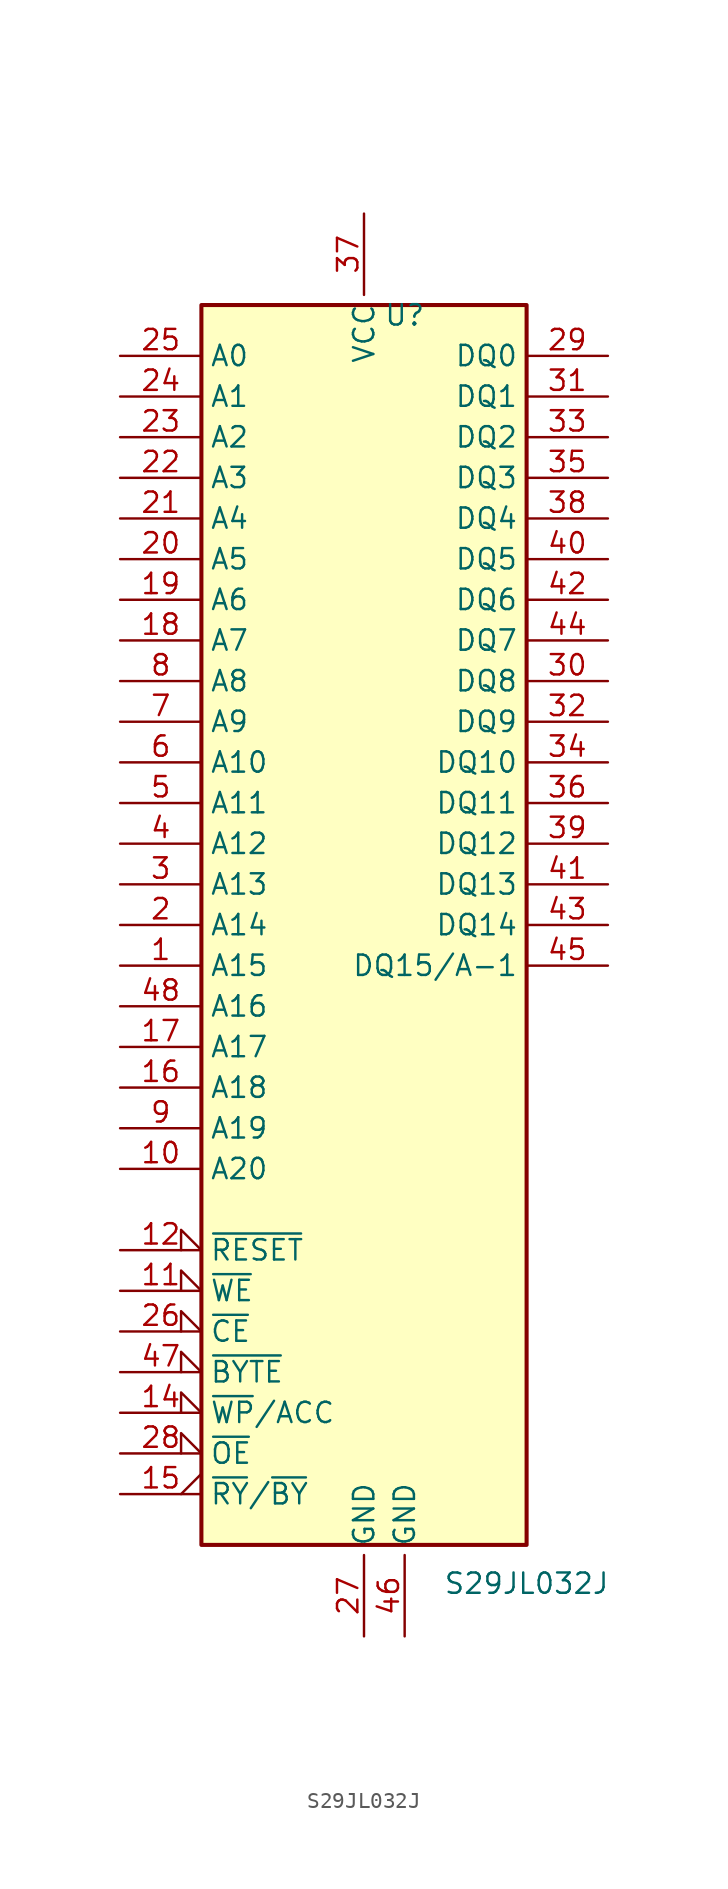
<source format=kicad_sym>
(kicad_symbol_lib
  (version 20231120)
  (generator "kicad_symbol_editor")
  (generator_version "8.0")
  (symbol "S29JL032J"
    (property "Reference" "U"
      (at 2.54 33.02 0)
      (effects (font (size 1.27 1.27))))
    (property "Value" "S29JL032J"
      (at 10.16 -46.228 0)
      (effects (font (size 1.27 1.27))))
    (symbol "S29JL032J_0_1"
      (rectangle (start -10.16 33.655) (end 10.16 -43.815) (stroke (width 0.254) (type default)) (fill (type background))))
    (symbol "S29JL032J_1_0"
      (pin power_in line (at 0 -49.53 90) (length 5.08) (name "GND" (effects (font (size 1.27 1.27)))) (number "27" (effects (font (size 1.27 1.27)))))
      (pin power_in line (at 0 39.37 270) (length 5.08) (name "VCC" (effects (font (size 1.27 1.27)))) (number "37" (effects (font (size 1.27 1.27)))))
      (pin power_in line (at 2.54 -49.53 90) (length 5.08) (name "GND" (effects (font (size 1.27 1.27)))) (number "46" (effects (font (size 1.27 1.27))))))
    (symbol "S29JL032J_1_1"
      (pin input line (at -15.24 -7.62 0) (length 5.08) (name "A15" (effects (font (size 1.27 1.27)))) (number "1" (effects (font (size 1.27 1.27)))))
      (pin input line (at -15.24 -20.32 0) (length 5.08) (name "A20" (effects (font (size 1.27 1.27)))) (number "10" (effects (font (size 1.27 1.27)))))
      (pin input input_low (at -15.24 -27.94 0) (length 5.08) (name "~{WE}" (effects (font (size 1.27 1.27)))) (number "11" (effects (font (size 1.27 1.27)))))
      (pin input input_low (at -15.24 -25.4 0) (length 5.08) (name "~{RESET}" (effects (font (size 1.27 1.27)))) (number "12" (effects (font (size 1.27 1.27)))))
      (pin no_connect line (at 15.24 -15.24 180) (length 5.08) hide (name "NC" (effects (font (size 1.27 1.27)))) (number "13" (effects (font (size 1.27 1.27)))))
      (pin input input_low (at -15.24 -35.56 0) (length 5.08) (name "~{WP}/ACC" (effects (font (size 1.27 1.27)))) (number "14" (effects (font (size 1.27 1.27)))))
      (pin input output_low (at -15.24 -40.64 0) (length 5.08) (name "~{RY}/~{BY}" (effects (font (size 1.27 1.27)))) (number "15" (effects (font (size 1.27 1.27)))))
      (pin input line (at -15.24 -15.24 0) (length 5.08) (name "A18" (effects (font (size 1.27 1.27)))) (number "16" (effects (font (size 1.27 1.27)))))
      (pin input line (at -15.24 -12.7 0) (length 5.08) (name "A17" (effects (font (size 1.27 1.27)))) (number "17" (effects (font (size 1.27 1.27)))))
      (pin input line (at -15.24 12.7 0) (length 5.08) (name "A7" (effects (font (size 1.27 1.27)))) (number "18" (effects (font (size 1.27 1.27)))))
      (pin input line (at -15.24 15.24 0) (length 5.08) (name "A6" (effects (font (size 1.27 1.27)))) (number "19" (effects (font (size 1.27 1.27)))))
      (pin input line (at -15.24 -5.08 0) (length 5.08) (name "A14" (effects (font (size 1.27 1.27)))) (number "2" (effects (font (size 1.27 1.27)))))
      (pin input line (at -15.24 17.78 0) (length 5.08) (name "A5" (effects (font (size 1.27 1.27)))) (number "20" (effects (font (size 1.27 1.27)))))
      (pin input line (at -15.24 20.32 0) (length 5.08) (name "A4" (effects (font (size 1.27 1.27)))) (number "21" (effects (font (size 1.27 1.27)))))
      (pin input line (at -15.24 22.86 0) (length 5.08) (name "A3" (effects (font (size 1.27 1.27)))) (number "22" (effects (font (size 1.27 1.27)))))
      (pin input line (at -15.24 25.4 0) (length 5.08) (name "A2" (effects (font (size 1.27 1.27)))) (number "23" (effects (font (size 1.27 1.27)))))
      (pin input line (at -15.24 27.94 0) (length 5.08) (name "A1" (effects (font (size 1.27 1.27)))) (number "24" (effects (font (size 1.27 1.27)))))
      (pin input line (at -15.24 30.48 0) (length 5.08) (name "A0" (effects (font (size 1.27 1.27)))) (number "25" (effects (font (size 1.27 1.27)))))
      (pin input input_low (at -15.24 -30.48 0) (length 5.08) (name "~{CE}" (effects (font (size 1.27 1.27)))) (number "26" (effects (font (size 1.27 1.27)))))
      (pin input input_low (at -15.24 -38.1 0) (length 5.08) (name "~{OE}" (effects (font (size 1.27 1.27)))) (number "28" (effects (font (size 1.27 1.27)))))
      (pin tri_state line (at 15.24 30.48 180) (length 5.08) (name "DQ0" (effects (font (size 1.27 1.27)))) (number "29" (effects (font (size 1.27 1.27)))))
      (pin input line (at -15.24 -2.54 0) (length 5.08) (name "A13" (effects (font (size 1.27 1.27)))) (number "3" (effects (font (size 1.27 1.27)))))
      (pin tri_state line (at 15.24 10.16 180) (length 5.08) (name "DQ8" (effects (font (size 1.27 1.27)))) (number "30" (effects (font (size 1.27 1.27)))))
      (pin tri_state line (at 15.24 27.94 180) (length 5.08) (name "DQ1" (effects (font (size 1.27 1.27)))) (number "31" (effects (font (size 1.27 1.27)))))
      (pin tri_state line (at 15.24 7.62 180) (length 5.08) (name "DQ9" (effects (font (size 1.27 1.27)))) (number "32" (effects (font (size 1.27 1.27)))))
      (pin tri_state line (at 15.24 25.4 180) (length 5.08) (name "DQ2" (effects (font (size 1.27 1.27)))) (number "33" (effects (font (size 1.27 1.27)))))
      (pin tri_state line (at 15.24 5.08 180) (length 5.08) (name "DQ10" (effects (font (size 1.27 1.27)))) (number "34" (effects (font (size 1.27 1.27)))))
      (pin tri_state line (at 15.24 22.86 180) (length 5.08) (name "DQ3" (effects (font (size 1.27 1.27)))) (number "35" (effects (font (size 1.27 1.27)))))
      (pin tri_state line (at 15.24 2.54 180) (length 5.08) (name "DQ11" (effects (font (size 1.27 1.27)))) (number "36" (effects (font (size 1.27 1.27)))))
      (pin tri_state line (at 15.24 20.32 180) (length 5.08) (name "DQ4" (effects (font (size 1.27 1.27)))) (number "38" (effects (font (size 1.27 1.27)))))
      (pin tri_state line (at 15.24 0 180) (length 5.08) (name "DQ12" (effects (font (size 1.27 1.27)))) (number "39" (effects (font (size 1.27 1.27)))))
      (pin input line (at -15.24 0 0) (length 5.08) (name "A12" (effects (font (size 1.27 1.27)))) (number "4" (effects (font (size 1.27 1.27)))))
      (pin tri_state line (at 15.24 17.78 180) (length 5.08) (name "DQ5" (effects (font (size 1.27 1.27)))) (number "40" (effects (font (size 1.27 1.27)))))
      (pin tri_state line (at 15.24 -2.54 180) (length 5.08) (name "DQ13" (effects (font (size 1.27 1.27)))) (number "41" (effects (font (size 1.27 1.27)))))
      (pin tri_state line (at 15.24 15.24 180) (length 5.08) (name "DQ6" (effects (font (size 1.27 1.27)))) (number "42" (effects (font (size 1.27 1.27)))))
      (pin tri_state line (at 15.24 -5.08 180) (length 5.08) (name "DQ14" (effects (font (size 1.27 1.27)))) (number "43" (effects (font (size 1.27 1.27)))))
      (pin tri_state line (at 15.24 12.7 180) (length 5.08) (name "DQ7" (effects (font (size 1.27 1.27)))) (number "44" (effects (font (size 1.27 1.27)))))
      (pin tri_state line (at 15.24 -7.62 180) (length 5.08) (name "DQ15/A-1" (effects (font (size 1.27 1.27)))) (number "45" (effects (font (size 1.27 1.27)))))
      (pin input input_low (at -15.24 -33.02 0) (length 5.08) (name "~{BYTE}" (effects (font (size 1.27 1.27)))) (number "47" (effects (font (size 1.27 1.27)))))
      (pin input line (at -15.24 -10.16 0) (length 5.08) (name "A16" (effects (font (size 1.27 1.27)))) (number "48" (effects (font (size 1.27 1.27)))))
      (pin input line (at -15.24 2.54 0) (length 5.08) (name "A11" (effects (font (size 1.27 1.27)))) (number "5" (effects (font (size 1.27 1.27)))))
      (pin input line (at -15.24 5.08 0) (length 5.08) (name "A10" (effects (font (size 1.27 1.27)))) (number "6" (effects (font (size 1.27 1.27)))))
      (pin input line (at -15.24 7.62 0) (length 5.08) (name "A9" (effects (font (size 1.27 1.27)))) (number "7" (effects (font (size 1.27 1.27)))))
      (pin input line (at -15.24 10.16 0) (length 5.08) (name "A8" (effects (font (size 1.27 1.27)))) (number "8" (effects (font (size 1.27 1.27)))))
      (pin input line (at -15.24 -17.78 0) (length 5.08) (name "A19" (effects (font (size 1.27 1.27)))) (number "9" (effects (font (size 1.27 1.27))))))))
</source>
